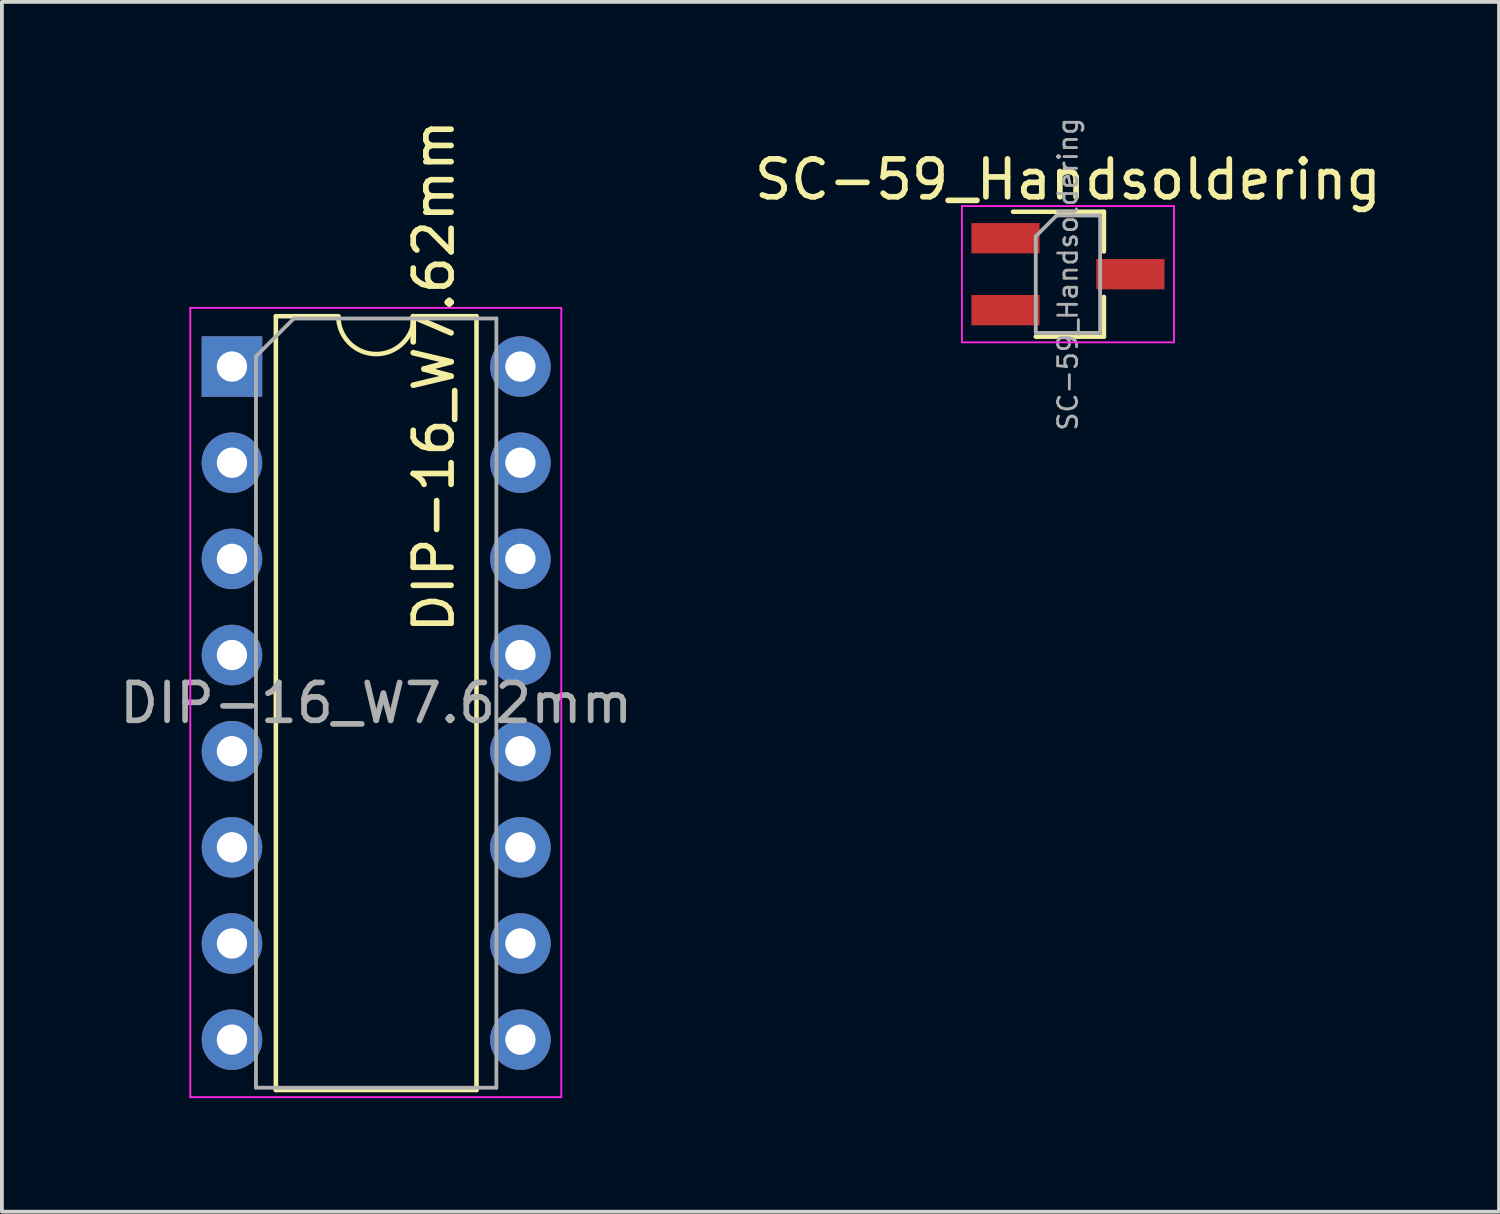
<source format=kicad_pcb>
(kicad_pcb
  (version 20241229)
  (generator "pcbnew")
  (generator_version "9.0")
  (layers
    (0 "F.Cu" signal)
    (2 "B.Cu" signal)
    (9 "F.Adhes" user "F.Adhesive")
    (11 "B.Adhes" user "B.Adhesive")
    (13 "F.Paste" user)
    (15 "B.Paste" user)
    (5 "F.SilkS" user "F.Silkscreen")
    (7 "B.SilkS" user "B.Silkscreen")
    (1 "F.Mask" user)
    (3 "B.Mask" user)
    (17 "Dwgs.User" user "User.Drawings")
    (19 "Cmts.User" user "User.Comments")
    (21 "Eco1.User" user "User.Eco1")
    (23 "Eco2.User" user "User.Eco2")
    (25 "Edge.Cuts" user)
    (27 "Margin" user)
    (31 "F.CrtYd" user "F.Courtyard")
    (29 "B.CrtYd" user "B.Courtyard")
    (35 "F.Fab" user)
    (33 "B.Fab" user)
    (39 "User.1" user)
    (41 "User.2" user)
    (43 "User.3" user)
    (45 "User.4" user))
  (footprint "SC-59_Handsoldering"
    (layer "F.Cu")
    (at 25.161 4.193)
    (property "Reference" "SC-59_Handsoldering" (at 0 -2.5 0) (layer "F.SilkS") (effects (font (size 1 1) (thickness 0.15))))
    (attr smd)
    (fp_line (start -1.45 -1.65) (end 0.95 -1.65) (stroke (width 0.12) (type solid)) (layer "F.SilkS"))
    (fp_line (start -0.85 1.65) (end 0.95 1.65) (stroke (width 0.12) (type solid)) (layer "F.SilkS"))
    (fp_line (start 0.95 -1.65) (end 0.95 -0.6) (stroke (width 0.12) (type solid)) (layer "F.SilkS"))
    (fp_line (start 0.95 1.65) (end 0.95 0.6) (stroke (width 0.12) (type solid)) (layer "F.SilkS"))
    (fp_line (start -2.8 -1.8) (end -2.8 1.8) (stroke (width 0.05) (type solid)) (layer "F.CrtYd"))
    (fp_line (start -2.8 -1.8) (end 2.8 -1.8) (stroke (width 0.05) (type solid)) (layer "F.CrtYd"))
    (fp_line (start 2.8 1.8) (end -2.8 1.8) (stroke (width 0.05) (type solid)) (layer "F.CrtYd"))
    (fp_line (start 2.8 1.8) (end 2.8 -1.8) (stroke (width 0.05) (type solid)) (layer "F.CrtYd"))
    (fp_line (start -0.85 1.55) (end -0.85 -1) (stroke (width 0.1) (type solid)) (layer "F.Fab"))
    (fp_line (start -0.85 1.55) (end 0.85 1.55) (stroke (width 0.1) (type solid)) (layer "F.Fab"))
    (fp_line (start -0.3 -1.55) (end -0.85 -1) (stroke (width 0.1) (type solid)) (layer "F.Fab"))
    (fp_line (start -0.3 -1.55) (end 0.85 -1.55) (stroke (width 0.1) (type solid)) (layer "F.Fab"))
    (fp_line (start 0.85 -1.52) (end 0.85 1.52) (stroke (width 0.1) (type solid)) (layer "F.Fab"))
    (fp_text user "${REFERENCE}" (at 0 0 90) (layer "F.Fab") (effects (font (size 0.5 0.5) (thickness 0.075))))
    (pad "1" smd rect (at -1.65 -0.95) (size 1.8 0.8) (layers "F.Cu" "F.Mask" "F.Paste"))
    (pad "2" smd rect (at 1.65 0) (size 1.8 0.8) (layers "F.Cu" "F.Mask" "F.Paste"))
    (pad "3" smd rect (at -1.65 0.95) (size 1.8 0.8) (layers "F.Cu" "F.Mask" "F.Paste")))
  (footprint "DIP-16_W7.62mm"
    (layer "F.Cu")
    (at 3.077 6.633)
    (property "Reference" "DIP-16_W7.62mm" (at 5.334 0.254 90) (layer "F.SilkS") (effects (font (size 1 1) (thickness 0.15))))
    (attr through_hole)
    (fp_line (start 1.16 -1.33) (end 1.16 19.11) (stroke (width 0.12) (type solid)) (layer "F.SilkS"))
    (fp_line (start 1.16 19.11) (end 6.46 19.11) (stroke (width 0.12) (type solid)) (layer "F.SilkS"))
    (fp_line (start 2.81 -1.33) (end 1.16 -1.33) (stroke (width 0.12) (type solid)) (layer "F.SilkS"))
    (fp_line (start 6.46 -1.33) (end 4.81 -1.33) (stroke (width 0.12) (type solid)) (layer "F.SilkS"))
    (fp_line (start 6.46 19.11) (end 6.46 -1.33) (stroke (width 0.12) (type solid)) (layer "F.SilkS"))
    (fp_arc (start 4.81 -1.33) (mid 3.81 -0.33) (end 2.81 -1.33) (stroke (width 0.12) (type solid)) (layer "F.SilkS"))
    (fp_line (start -1.1 -1.55) (end -1.1 19.3) (stroke (width 0.05) (type solid)) (layer "F.CrtYd"))
    (fp_line (start -1.1 19.3) (end 8.7 19.3) (stroke (width 0.05) (type solid)) (layer "F.CrtYd"))
    (fp_line (start 8.7 -1.55) (end -1.1 -1.55) (stroke (width 0.05) (type solid)) (layer "F.CrtYd"))
    (fp_line (start 8.7 19.3) (end 8.7 -1.55) (stroke (width 0.05) (type solid)) (layer "F.CrtYd"))
    (fp_line (start 0.635 -0.27) (end 1.635 -1.27) (stroke (width 0.1) (type solid)) (layer "F.Fab"))
    (fp_line (start 0.635 19.05) (end 0.635 -0.27) (stroke (width 0.1) (type solid)) (layer "F.Fab"))
    (fp_line (start 1.635 -1.27) (end 6.985 -1.27) (stroke (width 0.1) (type solid)) (layer "F.Fab"))
    (fp_line (start 6.985 -1.27) (end 6.985 19.05) (stroke (width 0.1) (type solid)) (layer "F.Fab"))
    (fp_line (start 6.985 19.05) (end 0.635 19.05) (stroke (width 0.1) (type solid)) (layer "F.Fab"))
    (fp_text user "${REFERENCE}" (at 3.81 8.89 0) (layer "F.Fab") (effects (font (size 1 1) (thickness 0.15))))
    (pad "1" thru_hole rect (at 0 0) (size 1.6 1.6) (drill 0.8) (layers "*.Cu" "*.Mask"))
    (pad "2" thru_hole oval (at 0 2.54) (size 1.6 1.6) (drill 0.8) (layers "*.Cu" "*.Mask"))
    (pad "3" thru_hole oval (at 0 5.08) (size 1.6 1.6) (drill 0.8) (layers "*.Cu" "*.Mask"))
    (pad "4" thru_hole oval (at 0 7.62) (size 1.6 1.6) (drill 0.8) (layers "*.Cu" "*.Mask"))
    (pad "5" thru_hole oval (at 0 10.16) (size 1.6 1.6) (drill 0.8) (layers "*.Cu" "*.Mask"))
    (pad "6" thru_hole oval (at 0 12.7) (size 1.6 1.6) (drill 0.8) (layers "*.Cu" "*.Mask"))
    (pad "7" thru_hole oval (at 0 15.24) (size 1.6 1.6) (drill 0.8) (layers "*.Cu" "*.Mask"))
    (pad "8" thru_hole oval (at 0 17.78) (size 1.6 1.6) (drill 0.8) (layers "*.Cu" "*.Mask"))
    (pad "9" thru_hole oval (at 7.62 17.78) (size 1.6 1.6) (drill 0.8) (layers "*.Cu" "*.Mask"))
    (pad "10" thru_hole oval (at 7.62 15.24) (size 1.6 1.6) (drill 0.8) (layers "*.Cu" "*.Mask"))
    (pad "11" thru_hole oval (at 7.62 12.7) (size 1.6 1.6) (drill 0.8) (layers "*.Cu" "*.Mask"))
    (pad "12" thru_hole oval (at 7.62 10.16) (size 1.6 1.6) (drill 0.8) (layers "*.Cu" "*.Mask"))
    (pad "13" thru_hole oval (at 7.62 7.62) (size 1.6 1.6) (drill 0.8) (layers "*.Cu" "*.Mask"))
    (pad "14" thru_hole oval (at 7.62 5.08) (size 1.6 1.6) (drill 0.8) (layers "*.Cu" "*.Mask"))
    (pad "15" thru_hole oval (at 7.62 2.54) (size 1.6 1.6) (drill 0.8) (layers "*.Cu" "*.Mask"))
    (pad "16" thru_hole oval (at 7.62 0) (size 1.6 1.6) (drill 0.8) (layers "*.Cu" "*.Mask")))
  (gr_rect
    (start -3 -3)
    (end 36.548 28.958)
    (stroke (width 0.1) (type default))
    (fill no)
    (layer "Edge.Cuts")))
</source>
